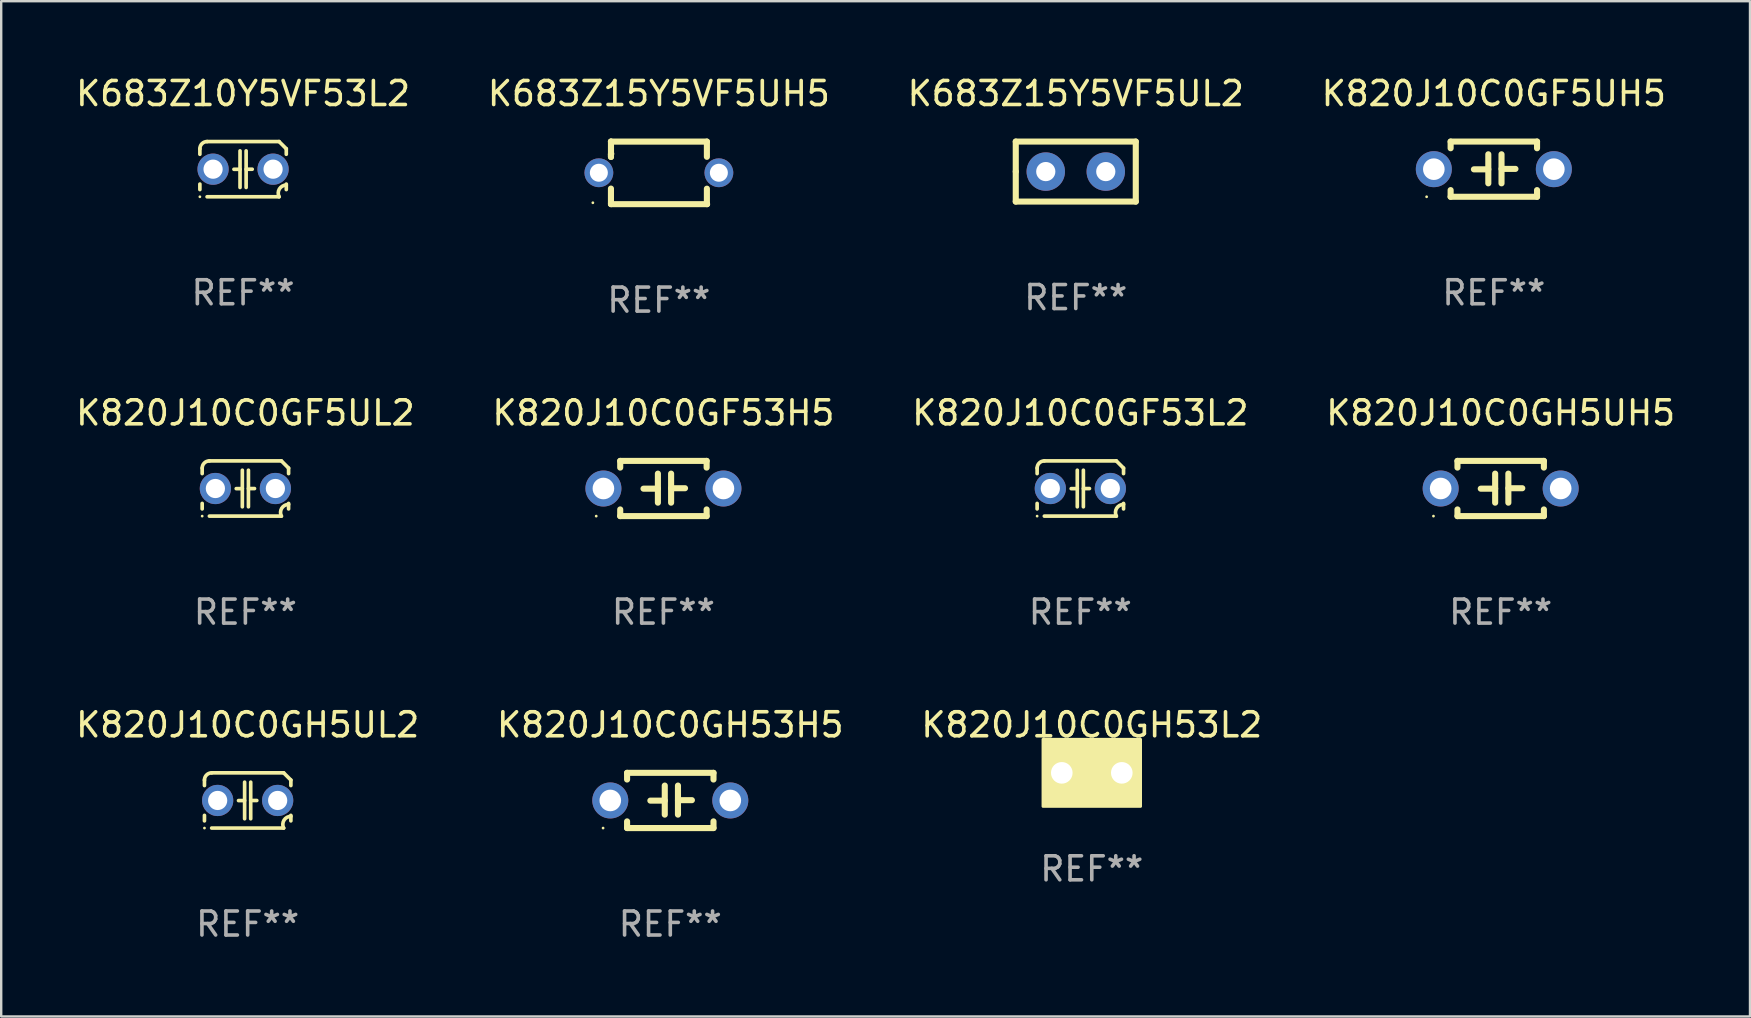
<source format=kicad_pcb>
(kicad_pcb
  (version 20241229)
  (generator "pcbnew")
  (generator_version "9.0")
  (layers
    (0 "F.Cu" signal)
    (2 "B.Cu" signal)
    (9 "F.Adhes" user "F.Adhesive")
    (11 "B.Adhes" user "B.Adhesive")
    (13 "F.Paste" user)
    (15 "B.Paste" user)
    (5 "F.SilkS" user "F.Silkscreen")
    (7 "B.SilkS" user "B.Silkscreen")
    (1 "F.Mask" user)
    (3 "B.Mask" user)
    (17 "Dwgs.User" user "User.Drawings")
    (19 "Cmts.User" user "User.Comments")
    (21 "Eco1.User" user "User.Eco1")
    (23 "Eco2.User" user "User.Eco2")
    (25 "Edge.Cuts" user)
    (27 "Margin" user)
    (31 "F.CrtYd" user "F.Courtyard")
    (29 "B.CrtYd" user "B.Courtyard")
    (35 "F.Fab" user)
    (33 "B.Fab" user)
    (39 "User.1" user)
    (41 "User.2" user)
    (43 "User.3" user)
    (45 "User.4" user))
  (footprint "K683Z15Y5VF5UH5"
    (layer "F.Cu")
    (at 24.399 4.152)
    (property "Reference" "K683Z15Y5VF5UH5" (at 0 -3.303 0) (layer "F.SilkS") (effects (font (size 1 1) (thickness 0.15))))
    (attr through_hole)
    (fp_line (start -1.996 -0.782) (end -1.983 -0.795) (stroke (width 0.254) (type solid)) (layer "F.SilkS"))
    (fp_line (start -1.996 -0.665) (end -1.996 -0.782) (stroke (width 0.254) (type solid)) (layer "F.SilkS"))
    (fp_line (start -1.996 1.297) (end -1.996 0.655) (stroke (width 0.254) (type solid)) (layer "F.SilkS"))
    (fp_line (start -1.996 -1.303) (end 2.001 -1.303) (stroke (width 0.254) (type solid)) (layer "F.SilkS"))
    (fp_line (start -1.995 -1.303) (end -1.996 -1.303) (stroke (width 0.254) (type solid)) (layer "F.SilkS"))
    (fp_line (start -1.995 -0.664) (end -1.995 -1.303) (stroke (width 0.254) (type solid)) (layer "F.SilkS"))
    (fp_line (start -1.99 1.303) (end -1.996 1.297) (stroke (width 0.254) (type solid)) (layer "F.SilkS"))
    (fp_line (start 2.001 -1.303) (end 2.001 -0.669) (stroke (width 0.254) (type solid)) (layer "F.SilkS"))
    (fp_line (start 2.001 0.659) (end 2.001 1.297) (stroke (width 0.254) (type solid)) (layer "F.SilkS"))
    (fp_line (start 2.001 1.297) (end 2.008 1.303) (stroke (width 0.254) (type solid)) (layer "F.SilkS"))
    (fp_line (start 2.008 1.303) (end -1.99 1.303) (stroke (width 0.254) (type solid)) (layer "F.SilkS"))
    (fp_circle (center -2.75 1.245) (end -2.72 1.245) (stroke (width 0.06) (type solid)) (fill no) (layer "F.SilkS"))
    (fp_text user "REF**" (at 0 5.303 0) (layer "F.Fab") (effects (font (size 1 1) (thickness 0.15))))
    (pad "1" thru_hole circle (at -2.5 -0.005) (size 1.2 1.2) (drill 0.75) (layers "*.Cu" "*.Mask"))
    (pad "2" thru_hole circle (at 2.5 -0.005) (size 1.2 1.2) (drill 0.75) (layers "*.Cu" "*.Mask")))
  (footprint "K683Z15Y5VF5UL2"
    (layer "F.Cu")
    (at 41.768 4.098)
    (property "Reference" "K683Z15Y5VF5UL2" (at 0 -3.25 0) (layer "F.SilkS") (effects (font (size 1 1) (thickness 0.15))))
    (attr through_hole)
    (fp_line (start -2.5 -1.25) (end 2.5 -1.25) (stroke (width 0.254) (type solid)) (layer "F.SilkS"))
    (fp_line (start -2.5 0) (end -2.5 -1.25) (stroke (width 0.254) (type solid)) (layer "F.SilkS"))
    (fp_line (start -2.5 1.25) (end -2.5 0) (stroke (width 0.254) (type solid)) (layer "F.SilkS"))
    (fp_line (start 2.5 -1.25) (end 2.5 1.25) (stroke (width 0.254) (type solid)) (layer "F.SilkS"))
    (fp_line (start 2.5 1.25) (end -2.5 1.25) (stroke (width 0.254) (type solid)) (layer "F.SilkS"))
    (fp_circle (center -2.5 1.25) (end -2.47 1.25) (stroke (width 0.06) (type solid)) (fill no) (layer "F.SilkS"))
    (fp_text user "REF**" (at 0 5.25 0) (layer "F.Fab") (effects (font (size 1 1) (thickness 0.15))))
    (pad "1" thru_hole circle (at -1.25 0) (size 1.6 1.6) (drill 0.8) (layers "*.Cu" "*.Mask"))
    (pad "2" thru_hole circle (at 1.25 0) (size 1.6 1.6) (drill 0.8) (layers "*.Cu" "*.Mask")))
  (footprint "K820J10C0GF5UL2"
    (layer "F.Cu")
    (at 7.173 17.302)
    (property "Reference" "K820J10C0GF5UL2" (at 0 -3.15 0) (layer "F.SilkS") (effects (font (size 1 1) (thickness 0.15))))
    (attr through_hole)
    (fp_line (start -1.8 -0.621) (end -1.8 -0.85) (stroke (width 0.152) (type solid)) (layer "F.SilkS"))
    (fp_line (start -1.8 0.85) (end -1.8 0.621) (stroke (width 0.152) (type solid)) (layer "F.SilkS"))
    (fp_line (start -1.5 -1.15) (end 1.5 -1.15) (stroke (width 0.152) (type solid)) (layer "F.SilkS"))
    (fp_line (start -0.127 -0.762) (end -0.127 0.762) (stroke (width 0.152) (type solid)) (layer "F.SilkS"))
    (fp_line (start -0.127 0.005) (end -0.381 0.005) (stroke (width 0.152) (type solid)) (layer "F.SilkS"))
    (fp_line (start 0.127 -0.762) (end 0.127 0.762) (stroke (width 0.152) (type solid)) (layer "F.SilkS"))
    (fp_line (start 0.127 0.002) (end 0.381 0.002) (stroke (width 0.152) (type solid)) (layer "F.SilkS"))
    (fp_line (start 1.5 1.15) (end -1.5 1.15) (stroke (width 0.152) (type solid)) (layer "F.SilkS"))
    (fp_line (start 1.8 -0.85) (end 1.8 -0.621) (stroke (width 0.152) (type solid)) (layer "F.SilkS"))
    (fp_line (start 1.8 0.621) (end 1.8 0.85) (stroke (width 0.152) (type solid)) (layer "F.SilkS"))
    (fp_arc (start -1.799975 -0.849987) (mid -1.712107 -1.062119) (end -1.499975 -1.149987) (stroke (width 0.151994) (type solid)) (layer "F.SilkS"))
    (fp_arc (start 1.499975 1.149987) (mid 1.513726 0.822359) (end 1.799975 0.662387) (stroke (width 0.151994) (type solid)) (layer "F.SilkS"))
    (fp_arc (start 1.500001 -1.149986) (mid 1.650015 -1.000001) (end 1.8 -0.849987) (stroke (width 0.151994) (type solid)) (layer "F.SilkS"))
    (fp_circle (center -1.8 1.15) (end -1.77 1.15) (stroke (width 0.06) (type solid)) (fill no) (layer "F.SilkS"))
    (fp_text user "REF**" (at 0 5.15 0) (layer "F.Fab") (effects (font (size 1 1) (thickness 0.15))))
    (pad "1" thru_hole circle (at -1.25 0) (size 1.3 1.3) (drill 0.8) (layers "*.Cu" "*.Mask"))
    (pad "2" thru_hole circle (at 1.25 0) (size 1.3 1.3) (drill 0.8) (layers "*.Cu" "*.Mask")))
  (footprint "K820J10C0GH5UL2"
    (layer "F.Cu")
    (at 7.268 30.298)
    (property "Reference" "K820J10C0GH5UL2" (at 0 -3.15 0) (layer "F.SilkS") (effects (font (size 1 1) (thickness 0.15))))
    (attr through_hole)
    (fp_line (start -1.8 -0.621) (end -1.8 -0.85) (stroke (width 0.152) (type solid)) (layer "F.SilkS"))
    (fp_line (start -1.8 0.85) (end -1.8 0.621) (stroke (width 0.152) (type solid)) (layer "F.SilkS"))
    (fp_line (start -1.5 -1.15) (end 1.5 -1.15) (stroke (width 0.152) (type solid)) (layer "F.SilkS"))
    (fp_line (start -0.127 -0.762) (end -0.127 0.762) (stroke (width 0.152) (type solid)) (layer "F.SilkS"))
    (fp_line (start -0.127 0.005) (end -0.381 0.005) (stroke (width 0.152) (type solid)) (layer "F.SilkS"))
    (fp_line (start 0.127 -0.762) (end 0.127 0.762) (stroke (width 0.152) (type solid)) (layer "F.SilkS"))
    (fp_line (start 0.127 0.002) (end 0.381 0.002) (stroke (width 0.152) (type solid)) (layer "F.SilkS"))
    (fp_line (start 1.5 1.15) (end -1.5 1.15) (stroke (width 0.152) (type solid)) (layer "F.SilkS"))
    (fp_line (start 1.8 -0.85) (end 1.8 -0.621) (stroke (width 0.152) (type solid)) (layer "F.SilkS"))
    (fp_line (start 1.8 0.621) (end 1.8 0.85) (stroke (width 0.152) (type solid)) (layer "F.SilkS"))
    (fp_arc (start -1.799975 -0.849987) (mid -1.712107 -1.062119) (end -1.499975 -1.149987) (stroke (width 0.151994) (type solid)) (layer "F.SilkS"))
    (fp_arc (start 1.499975 1.149987) (mid 1.513726 0.822359) (end 1.799975 0.662387) (stroke (width 0.151994) (type solid)) (layer "F.SilkS"))
    (fp_arc (start 1.500001 -1.149986) (mid 1.650015 -1.000001) (end 1.8 -0.849987) (stroke (width 0.151994) (type solid)) (layer "F.SilkS"))
    (fp_circle (center -1.8 1.15) (end -1.77 1.15) (stroke (width 0.06) (type solid)) (fill no) (layer "F.SilkS"))
    (fp_text user "REF**" (at 0 5.15 0) (layer "F.Fab") (effects (font (size 1 1) (thickness 0.15))))
    (pad "1" thru_hole circle (at -1.25 0) (size 1.3 1.3) (drill 0.8) (layers "*.Cu" "*.Mask"))
    (pad "2" thru_hole circle (at 1.25 0) (size 1.3 1.3) (drill 0.8) (layers "*.Cu" "*.Mask")))
  (footprint "K820J10C0GF53H5"
    (layer "F.Cu")
    (at 24.589 17.302)
    (property "Reference" "K820J10C0GF53H5" (at 0 -3.15 0) (layer "F.SilkS") (effects (font (size 1 1) (thickness 0.15))))
    (attr through_hole)
    (fp_line (start -1.8 -1.15) (end -1.8 -0.872) (stroke (width 0.254) (type solid)) (layer "F.SilkS"))
    (fp_line (start -1.8 -1.15) (end 1.8 -1.15) (stroke (width 0.254) (type solid)) (layer "F.SilkS"))
    (fp_line (start -1.8 0.872) (end -1.8 1.15) (stroke (width 0.254) (type solid)) (layer "F.SilkS"))
    (fp_line (start -1.8 1.15) (end 1.8 1.15) (stroke (width 0.254) (type solid)) (layer "F.SilkS"))
    (fp_line (start -0.23 -0.62) (end -0.23 0.59) (stroke (width 0.254) (type solid)) (layer "F.SilkS"))
    (fp_line (start -0.23 0.007) (end -0.83 0.007) (stroke (width 0.254) (type solid)) (layer "F.SilkS"))
    (fp_line (start 0.32 -0.62) (end 0.32 0.59) (stroke (width 0.254) (type solid)) (layer "F.SilkS"))
    (fp_line (start 0.32 -0.012) (end 0.9 -0.012) (stroke (width 0.254) (type solid)) (layer "F.SilkS"))
    (fp_line (start 1.8 -1.15) (end 1.8 -0.872) (stroke (width 0.254) (type solid)) (layer "F.SilkS"))
    (fp_line (start 1.8 0.872) (end 1.8 1.15) (stroke (width 0.254) (type solid)) (layer "F.SilkS"))
    (fp_circle (center -2.8 1.15) (end -2.77 1.15) (stroke (width 0.06) (type solid)) (fill no) (layer "F.SilkS"))
    (fp_text user "REF**" (at 0 5.15 0) (layer "F.Fab") (effects (font (size 1 1) (thickness 0.15))))
    (pad "1" thru_hole circle (at -2.5 0) (size 1.5 1.5) (drill 0.9) (layers "*.Cu" "*.Mask"))
    (pad "2" thru_hole circle (at 2.5 0) (size 1.5 1.5) (drill 0.9) (layers "*.Cu" "*.Mask")))
  (footprint "K820J10C0GF53L2"
    (layer "F.Cu")
    (at 41.958 17.302)
    (property "Reference" "K820J10C0GF53L2" (at 0 -3.15 0) (layer "F.SilkS") (effects (font (size 1 1) (thickness 0.15))))
    (attr through_hole)
    (fp_line (start -1.8 -0.621) (end -1.8 -0.85) (stroke (width 0.152) (type solid)) (layer "F.SilkS"))
    (fp_line (start -1.8 0.85) (end -1.8 0.621) (stroke (width 0.152) (type solid)) (layer "F.SilkS"))
    (fp_line (start -1.5 -1.15) (end 1.5 -1.15) (stroke (width 0.152) (type solid)) (layer "F.SilkS"))
    (fp_line (start -0.127 -0.762) (end -0.127 0.762) (stroke (width 0.152) (type solid)) (layer "F.SilkS"))
    (fp_line (start -0.127 0.005) (end -0.381 0.005) (stroke (width 0.152) (type solid)) (layer "F.SilkS"))
    (fp_line (start 0.127 -0.762) (end 0.127 0.762) (stroke (width 0.152) (type solid)) (layer "F.SilkS"))
    (fp_line (start 0.127 0.002) (end 0.381 0.002) (stroke (width 0.152) (type solid)) (layer "F.SilkS"))
    (fp_line (start 1.5 1.15) (end -1.5 1.15) (stroke (width 0.152) (type solid)) (layer "F.SilkS"))
    (fp_line (start 1.8 -0.85) (end 1.8 -0.621) (stroke (width 0.152) (type solid)) (layer "F.SilkS"))
    (fp_line (start 1.8 0.621) (end 1.8 0.85) (stroke (width 0.152) (type solid)) (layer "F.SilkS"))
    (fp_arc (start -1.799975 -0.849987) (mid -1.712107 -1.062119) (end -1.499975 -1.149987) (stroke (width 0.151994) (type solid)) (layer "F.SilkS"))
    (fp_arc (start 1.499975 1.149987) (mid 1.513726 0.822359) (end 1.799975 0.662387) (stroke (width 0.151994) (type solid)) (layer "F.SilkS"))
    (fp_arc (start 1.500001 -1.149986) (mid 1.650015 -1.000001) (end 1.8 -0.849987) (stroke (width 0.151994) (type solid)) (layer "F.SilkS"))
    (fp_circle (center -1.8 1.15) (end -1.77 1.15) (stroke (width 0.06) (type solid)) (fill no) (layer "F.SilkS"))
    (fp_text user "REF**" (at 0 5.15 0) (layer "F.Fab") (effects (font (size 1 1) (thickness 0.15))))
    (pad "1" thru_hole circle (at -1.25 0) (size 1.3 1.3) (drill 0.8) (layers "*.Cu" "*.Mask"))
    (pad "2" thru_hole circle (at 1.25 0) (size 1.3 1.3) (drill 0.8) (layers "*.Cu" "*.Mask")))
  (footprint "K820J10C0GH53H5"
    (layer "F.Cu")
    (at 24.875 30.298)
    (property "Reference" "K820J10C0GH53H5" (at 0 -3.15 0) (layer "F.SilkS") (effects (font (size 1 1) (thickness 0.15))))
    (attr through_hole)
    (fp_line (start -1.8 -1.15) (end -1.8 -0.872) (stroke (width 0.254) (type solid)) (layer "F.SilkS"))
    (fp_line (start -1.8 -1.15) (end 1.8 -1.15) (stroke (width 0.254) (type solid)) (layer "F.SilkS"))
    (fp_line (start -1.8 0.872) (end -1.8 1.15) (stroke (width 0.254) (type solid)) (layer "F.SilkS"))
    (fp_line (start -1.8 1.15) (end 1.8 1.15) (stroke (width 0.254) (type solid)) (layer "F.SilkS"))
    (fp_line (start -0.23 -0.62) (end -0.23 0.59) (stroke (width 0.254) (type solid)) (layer "F.SilkS"))
    (fp_line (start -0.23 0.007) (end -0.83 0.007) (stroke (width 0.254) (type solid)) (layer "F.SilkS"))
    (fp_line (start 0.32 -0.62) (end 0.32 0.59) (stroke (width 0.254) (type solid)) (layer "F.SilkS"))
    (fp_line (start 0.32 -0.012) (end 0.9 -0.012) (stroke (width 0.254) (type solid)) (layer "F.SilkS"))
    (fp_line (start 1.8 -1.15) (end 1.8 -0.872) (stroke (width 0.254) (type solid)) (layer "F.SilkS"))
    (fp_line (start 1.8 0.872) (end 1.8 1.15) (stroke (width 0.254) (type solid)) (layer "F.SilkS"))
    (fp_circle (center -2.8 1.15) (end -2.77 1.15) (stroke (width 0.06) (type solid)) (fill no) (layer "F.SilkS"))
    (fp_text user "REF**" (at 0 5.15 0) (layer "F.Fab") (effects (font (size 1 1) (thickness 0.15))))
    (pad "1" thru_hole circle (at -2.5 0) (size 1.5 1.5) (drill 0.9) (layers "*.Cu" "*.Mask"))
    (pad "2" thru_hole circle (at 2.5 0) (size 1.5 1.5) (drill 0.9) (layers "*.Cu" "*.Mask")))
  (footprint "K820J10C0GH53L2"
    (layer "F.Cu")
    (at 42.435 29.148)
    (property "Reference" "K820J10C0GH53L2" (at 0 -2 0) (layer "F.SilkS") (effects (font (size 1 1) (thickness 0.15))))
    (attr through_hole)
    (fp_circle (center -1.8 1.15) (end -1.77 1.15) (stroke (width 0.06) (type solid)) (fill no) (layer "F.SilkS"))
    (fp_poly (pts (xy -2.032 -1.397) (xy 2.032 -1.397) (xy 2.032 1.397) (xy -2.032 1.397)) (stroke (width 0.12) (type solid)) (fill yes) (layer "F.SilkS"))
    (fp_text user "REF**" (at 0 4 0) (layer "F.Fab") (effects (font (size 1 1) (thickness 0.15))))
    (pad "1" thru_hole circle (at -1.25 0) (size 1.5 1.5) (drill 0.9) (layers "*.Cu" "*.Mask"))
    (pad "2" thru_hole circle (at 1.25 0) (size 1.5 1.5) (drill 0.9) (layers "*.Cu" "*.Mask")))
  (footprint "K820J10C0GH5UH5"
    (layer "F.Cu")
    (at 59.47 17.302)
    (property "Reference" "K820J10C0GH5UH5" (at 0 -3.15 0) (layer "F.SilkS") (effects (font (size 1 1) (thickness 0.15))))
    (attr through_hole)
    (fp_line (start -1.8 -1.15) (end -1.8 -0.872) (stroke (width 0.254) (type solid)) (layer "F.SilkS"))
    (fp_line (start -1.8 -1.15) (end 1.8 -1.15) (stroke (width 0.254) (type solid)) (layer "F.SilkS"))
    (fp_line (start -1.8 0.872) (end -1.8 1.15) (stroke (width 0.254) (type solid)) (layer "F.SilkS"))
    (fp_line (start -1.8 1.15) (end 1.8 1.15) (stroke (width 0.254) (type solid)) (layer "F.SilkS"))
    (fp_line (start -0.23 -0.62) (end -0.23 0.59) (stroke (width 0.254) (type solid)) (layer "F.SilkS"))
    (fp_line (start -0.23 0.007) (end -0.83 0.007) (stroke (width 0.254) (type solid)) (layer "F.SilkS"))
    (fp_line (start 0.32 -0.62) (end 0.32 0.59) (stroke (width 0.254) (type solid)) (layer "F.SilkS"))
    (fp_line (start 0.32 -0.012) (end 0.9 -0.012) (stroke (width 0.254) (type solid)) (layer "F.SilkS"))
    (fp_line (start 1.8 -1.15) (end 1.8 -0.872) (stroke (width 0.254) (type solid)) (layer "F.SilkS"))
    (fp_line (start 1.8 0.872) (end 1.8 1.15) (stroke (width 0.254) (type solid)) (layer "F.SilkS"))
    (fp_circle (center -2.8 1.15) (end -2.77 1.15) (stroke (width 0.06) (type solid)) (fill no) (layer "F.SilkS"))
    (fp_text user "REF**" (at 0 5.15 0) (layer "F.Fab") (effects (font (size 1 1) (thickness 0.15))))
    (pad "1" thru_hole circle (at -2.5 0) (size 1.5 1.5) (drill 0.9) (layers "*.Cu" "*.Mask"))
    (pad "2" thru_hole circle (at 2.5 0) (size 1.5 1.5) (drill 0.9) (layers "*.Cu" "*.Mask")))
  (footprint "K683Z10Y5VF53L2"
    (layer "F.Cu")
    (at 7.077 3.998)
    (property "Reference" "K683Z10Y5VF53L2" (at 0 -3.15 0) (layer "F.SilkS") (effects (font (size 1 1) (thickness 0.15))))
    (attr through_hole)
    (fp_line (start -1.8 -0.621) (end -1.8 -0.85) (stroke (width 0.152) (type solid)) (layer "F.SilkS"))
    (fp_line (start -1.8 0.85) (end -1.8 0.621) (stroke (width 0.152) (type solid)) (layer "F.SilkS"))
    (fp_line (start -1.5 -1.15) (end 1.5 -1.15) (stroke (width 0.152) (type solid)) (layer "F.SilkS"))
    (fp_line (start -0.127 -0.762) (end -0.127 0.762) (stroke (width 0.152) (type solid)) (layer "F.SilkS"))
    (fp_line (start -0.127 0.005) (end -0.381 0.005) (stroke (width 0.152) (type solid)) (layer "F.SilkS"))
    (fp_line (start 0.127 -0.762) (end 0.127 0.762) (stroke (width 0.152) (type solid)) (layer "F.SilkS"))
    (fp_line (start 0.127 0.002) (end 0.381 0.002) (stroke (width 0.152) (type solid)) (layer "F.SilkS"))
    (fp_line (start 1.5 1.15) (end -1.5 1.15) (stroke (width 0.152) (type solid)) (layer "F.SilkS"))
    (fp_line (start 1.8 -0.85) (end 1.8 -0.621) (stroke (width 0.152) (type solid)) (layer "F.SilkS"))
    (fp_line (start 1.8 0.621) (end 1.8 0.85) (stroke (width 0.152) (type solid)) (layer "F.SilkS"))
    (fp_arc (start -1.799975 -0.849987) (mid -1.712107 -1.062119) (end -1.499975 -1.149987) (stroke (width 0.151994) (type solid)) (layer "F.SilkS"))
    (fp_arc (start 1.499975 1.149987) (mid 1.513726 0.822359) (end 1.799975 0.662387) (stroke (width 0.151994) (type solid)) (layer "F.SilkS"))
    (fp_arc (start 1.500001 -1.149986) (mid 1.650015 -1.000001) (end 1.8 -0.849987) (stroke (width 0.151994) (type solid)) (layer "F.SilkS"))
    (fp_circle (center -1.8 1.15) (end -1.77 1.15) (stroke (width 0.06) (type solid)) (fill no) (layer "F.SilkS"))
    (fp_text user "REF**" (at 0 5.15 0) (layer "F.Fab") (effects (font (size 1 1) (thickness 0.15))))
    (pad "1" thru_hole circle (at -1.25 0) (size 1.3 1.3) (drill 0.8) (layers "*.Cu" "*.Mask"))
    (pad "2" thru_hole circle (at 1.25 0) (size 1.3 1.3) (drill 0.8) (layers "*.Cu" "*.Mask")))
  (footprint "K820J10C0GF5UH5"
    (layer "F.Cu")
    (at 59.185 3.998)
    (property "Reference" "K820J10C0GF5UH5" (at 0 -3.15 0) (layer "F.SilkS") (effects (font (size 1 1) (thickness 0.15))))
    (attr through_hole)
    (fp_line (start -1.8 -1.15) (end -1.8 -0.872) (stroke (width 0.254) (type solid)) (layer "F.SilkS"))
    (fp_line (start -1.8 -1.15) (end 1.8 -1.15) (stroke (width 0.254) (type solid)) (layer "F.SilkS"))
    (fp_line (start -1.8 0.872) (end -1.8 1.15) (stroke (width 0.254) (type solid)) (layer "F.SilkS"))
    (fp_line (start -1.8 1.15) (end 1.8 1.15) (stroke (width 0.254) (type solid)) (layer "F.SilkS"))
    (fp_line (start -0.23 -0.62) (end -0.23 0.59) (stroke (width 0.254) (type solid)) (layer "F.SilkS"))
    (fp_line (start -0.23 0.007) (end -0.83 0.007) (stroke (width 0.254) (type solid)) (layer "F.SilkS"))
    (fp_line (start 0.32 -0.62) (end 0.32 0.59) (stroke (width 0.254) (type solid)) (layer "F.SilkS"))
    (fp_line (start 0.32 -0.012) (end 0.9 -0.012) (stroke (width 0.254) (type solid)) (layer "F.SilkS"))
    (fp_line (start 1.8 -1.15) (end 1.8 -0.872) (stroke (width 0.254) (type solid)) (layer "F.SilkS"))
    (fp_line (start 1.8 0.872) (end 1.8 1.15) (stroke (width 0.254) (type solid)) (layer "F.SilkS"))
    (fp_circle (center -2.8 1.15) (end -2.77 1.15) (stroke (width 0.06) (type solid)) (fill no) (layer "F.SilkS"))
    (fp_text user "REF**" (at 0 5.15 0) (layer "F.Fab") (effects (font (size 1 1) (thickness 0.15))))
    (pad "1" thru_hole circle (at -2.5 0) (size 1.5 1.5) (drill 0.9) (layers "*.Cu" "*.Mask"))
    (pad "2" thru_hole circle (at 2.5 0) (size 1.5 1.5) (drill 0.9) (layers "*.Cu" "*.Mask")))
  (gr_rect
    (start -3 -3)
    (end 69.857 39.296)
    (stroke (width 0.1) (type default))
    (fill no)
    (layer "Edge.Cuts")))
</source>
